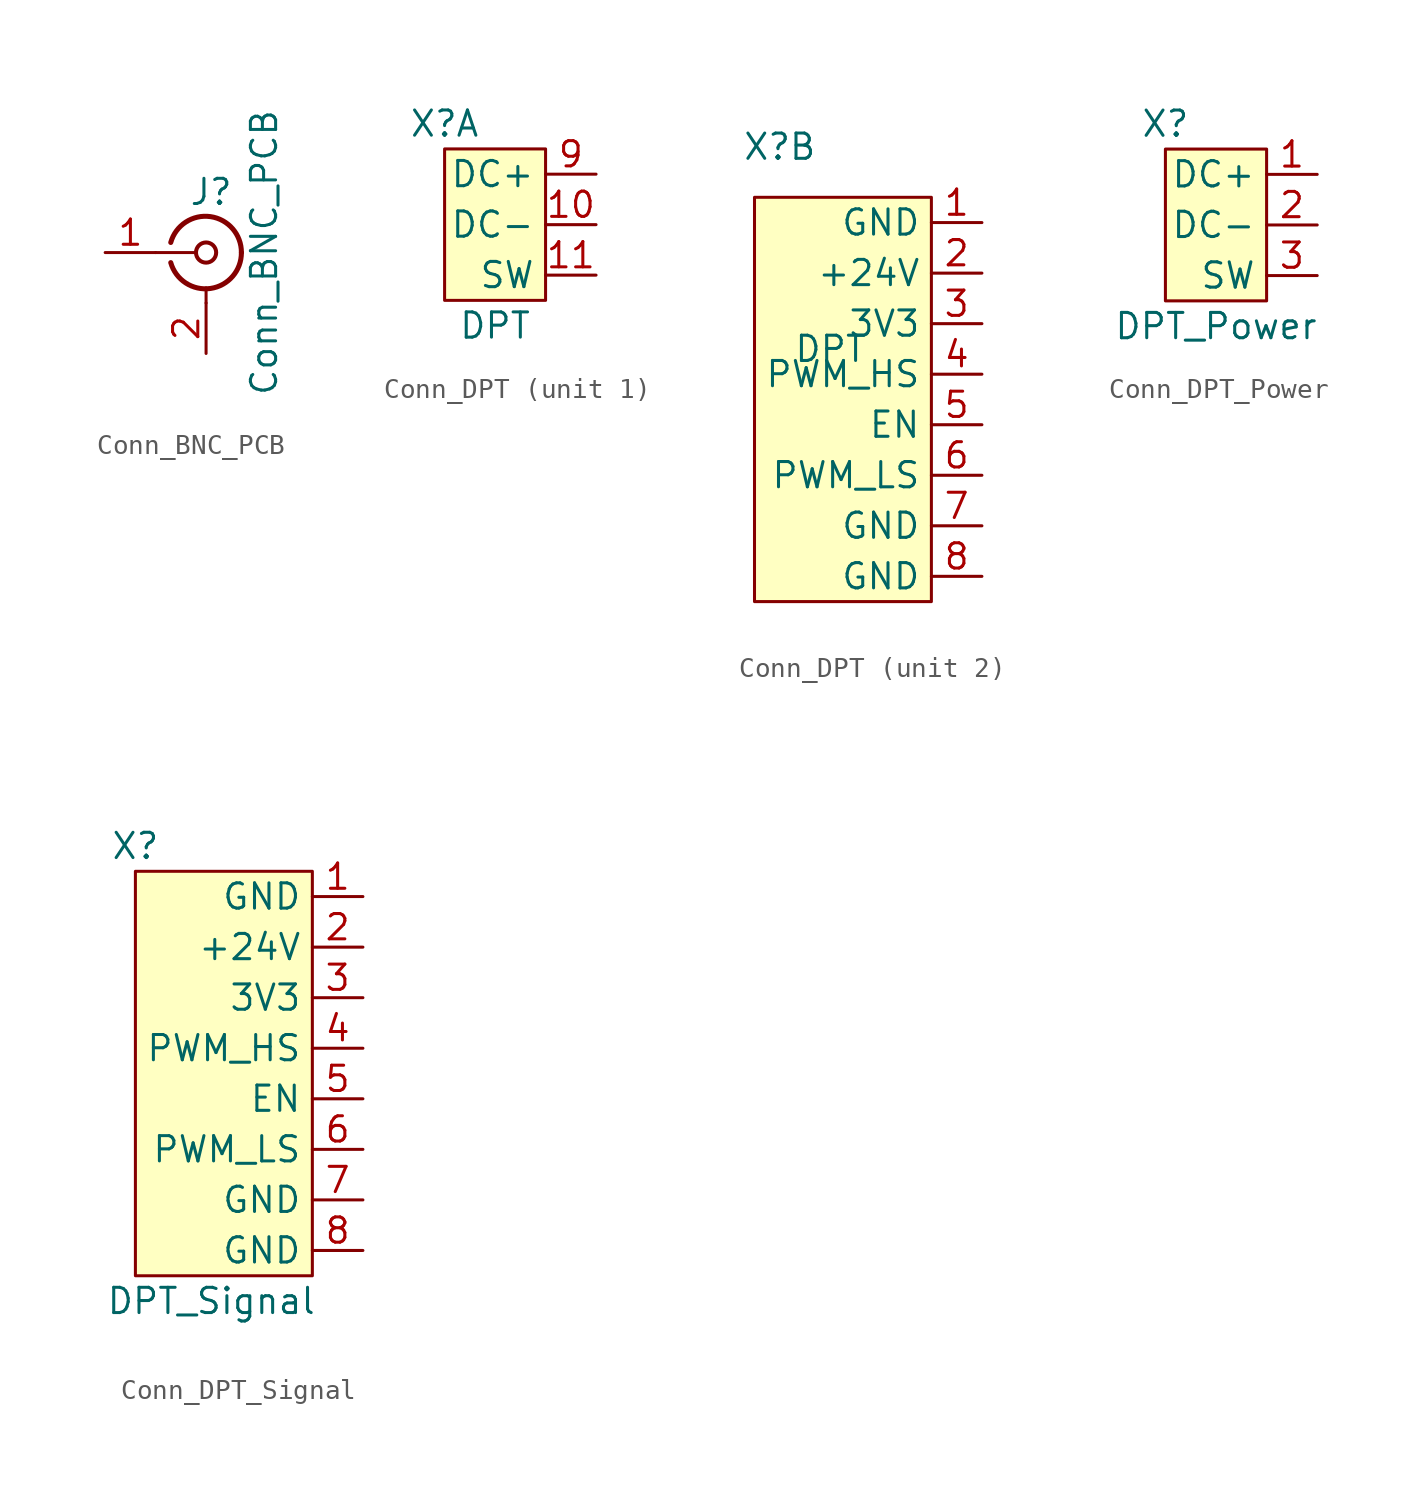
<source format=kicad_sym>
(kicad_symbol_lib
  (version 20220914)
  (generator kicad_symbol_editor)
  (symbol "Conn_BNC_PCB"
    (pin_names
      (offset 1.016) hide)
    (property "Reference" "J"
      (at 0.254 3.048 0)
      (effects (font (size 1.27 1.27))))
    (property "Value" "Conn_BNC_PCB"
      (at 2.921 0 90)
      (effects (font (size 1.27 1.27))))
    (symbol "Conn_BNC_PCB_0_1"
      (arc (start -1.778 -0.508) (mid 0.2311 -1.8066) (end 1.778 0) (stroke (width 0.254) (type default)) (fill (type none)))
      (polyline (pts (xy -2.54 0) (xy -0.508 0)) (stroke (width 0) (type default)) (fill (type none)))
      (polyline (pts (xy 0 -2.54) (xy 0 -1.778)) (stroke (width 0) (type default)) (fill (type none)))
      (circle (center 0 0) (radius 0.508) (stroke (width 0.203) (type default)) (fill (type none)))
      (arc (start 1.778 0) (mid 0.2099 1.8101) (end -1.778 0.508) (stroke (width 0.254) (type default)) (fill (type none))))
    (symbol "Conn_BNC_PCB_1_1"
      (pin passive line (at -5.08 0 0) (length 2.54) (name "In" (effects (font (size 1.27 1.27)))) (number "1" (effects (font (size 1.27 1.27)))))
      (pin passive line (at 0 -5.08 90) (length 2.54) (name "Ext" (effects (font (size 1.27 1.27)))) (number "2" (effects (font (size 1.27 1.27)))))))
  (symbol "Conn_DPT"
    (property "Reference" "X"
      (at -2.54 5.08 0)
      (effects (font (size 1.27 1.27))))
    (property "Value" "DPT"
      (at 0 -5.08 0)
      (effects (font (size 1.27 1.27))))
    (symbol "Conn_DPT_1_1"
      (rectangle (start -2.54 3.81) (end 2.54 -3.81) (stroke (width 0) (type default)) (fill (type background)))
      (pin power_out line (at 5.08 0 180) (length 2.54) (name "DC-" (effects (font (size 1.27 1.27)))) (number "10" (effects (font (size 1.27 1.27)))))
      (pin passive line (at 5.08 -2.54 180) (length 2.54) (name "SW" (effects (font (size 1.27 1.27)))) (number "11" (effects (font (size 1.27 1.27)))))
      (pin power_out line (at 5.08 2.54 180) (length 2.54) (name "DC+" (effects (font (size 1.27 1.27)))) (number "9" (effects (font (size 1.27 1.27))))))
    (symbol "Conn_DPT_2_1"
      (rectangle (start -3.81 2.54) (end 5.08 -17.78) (stroke (width 0) (type default)) (fill (type background)))
      (pin passive line (at 7.62 1.27 180) (length 2.54) (name "GND" (effects (font (size 1.27 1.27)))) (number "1" (effects (font (size 1.27 1.27)))))
      (pin power_out line (at 7.62 -1.27 180) (length 2.54) (name "+24V" (effects (font (size 1.27 1.27)))) (number "2" (effects (font (size 1.27 1.27)))))
      (pin power_out line (at 7.62 -3.81 180) (length 2.54) (name "3V3" (effects (font (size 1.27 1.27)))) (number "3" (effects (font (size 1.27 1.27)))))
      (pin output line (at 7.62 -6.35 180) (length 2.54) (name "PWM_HS" (effects (font (size 1.27 1.27)))) (number "4" (effects (font (size 1.27 1.27)))))
      (pin output line (at 7.62 -8.89 180) (length 2.54) (name "EN" (effects (font (size 1.27 1.27)))) (number "5" (effects (font (size 1.27 1.27)))))
      (pin output line (at 7.62 -11.43 180) (length 2.54) (name "PWM_LS" (effects (font (size 1.27 1.27)))) (number "6" (effects (font (size 1.27 1.27)))))
      (pin passive line (at 7.62 -13.97 180) (length 2.54) (name "GND" (effects (font (size 1.27 1.27)))) (number "7" (effects (font (size 1.27 1.27)))))
      (pin power_out line (at 7.62 -16.51 180) (length 2.54) (name "GND" (effects (font (size 1.27 1.27)))) (number "8" (effects (font (size 1.27 1.27)))))))
  (symbol "Conn_DPT_Power"
    (property "Reference" "X"
      (at -2.54 5.08 0)
      (effects (font (size 1.27 1.27))))
    (property "Value" "DPT_Power"
      (at 0 -5.08 0)
      (effects (font (size 1.27 1.27))))
    (symbol "Conn_DPT_Power_0_1"
      (rectangle (start -2.54 3.81) (end 2.54 -3.81) (stroke (width 0) (type default)) (fill (type background))))
    (symbol "Conn_DPT_Power_1_1"
      (pin power_out line (at 5.08 2.54 180) (length 2.54) (name "DC+" (effects (font (size 1.27 1.27)))) (number "1" (effects (font (size 1.27 1.27)))))
      (pin power_out line (at 5.08 0 180) (length 2.54) (name "DC-" (effects (font (size 1.27 1.27)))) (number "2" (effects (font (size 1.27 1.27)))))
      (pin passive line (at 5.08 -2.54 180) (length 2.54) (name "SW" (effects (font (size 1.27 1.27)))) (number "3" (effects (font (size 1.27 1.27)))))))
  (symbol "Conn_DPT_Signal"
    (property "Reference" "X"
      (at -5.08 11.43 0)
      (effects (font (size 1.27 1.27))))
    (property "Value" "DPT_Signal"
      (at -1.27 -11.43 0)
      (effects (font (size 1.27 1.27))))
    (symbol "Conn_DPT_Signal_0_1"
      (rectangle (start -5.08 10.16) (end 3.81 -10.16) (stroke (width 0) (type default)) (fill (type background))))
    (symbol "Conn_DPT_Signal_1_1"
      (pin passive line (at 6.35 8.89 180) (length 2.54) (name "GND" (effects (font (size 1.27 1.27)))) (number "1" (effects (font (size 1.27 1.27)))))
      (pin power_out line (at 6.35 6.35 180) (length 2.54) (name "+24V" (effects (font (size 1.27 1.27)))) (number "2" (effects (font (size 1.27 1.27)))))
      (pin power_out line (at 6.35 3.81 180) (length 2.54) (name "3V3" (effects (font (size 1.27 1.27)))) (number "3" (effects (font (size 1.27 1.27)))))
      (pin output line (at 6.35 1.27 180) (length 2.54) (name "PWM_HS" (effects (font (size 1.27 1.27)))) (number "4" (effects (font (size 1.27 1.27)))))
      (pin output line (at 6.35 -1.27 180) (length 2.54) (name "EN" (effects (font (size 1.27 1.27)))) (number "5" (effects (font (size 1.27 1.27)))))
      (pin output line (at 6.35 -3.81 180) (length 2.54) (name "PWM_LS" (effects (font (size 1.27 1.27)))) (number "6" (effects (font (size 1.27 1.27)))))
      (pin passive line (at 6.35 -6.35 180) (length 2.54) (name "GND" (effects (font (size 1.27 1.27)))) (number "7" (effects (font (size 1.27 1.27)))))
      (pin power_out line (at 6.35 -8.89 180) (length 2.54) (name "GND" (effects (font (size 1.27 1.27)))) (number "8" (effects (font (size 1.27 1.27))))))))
</source>
